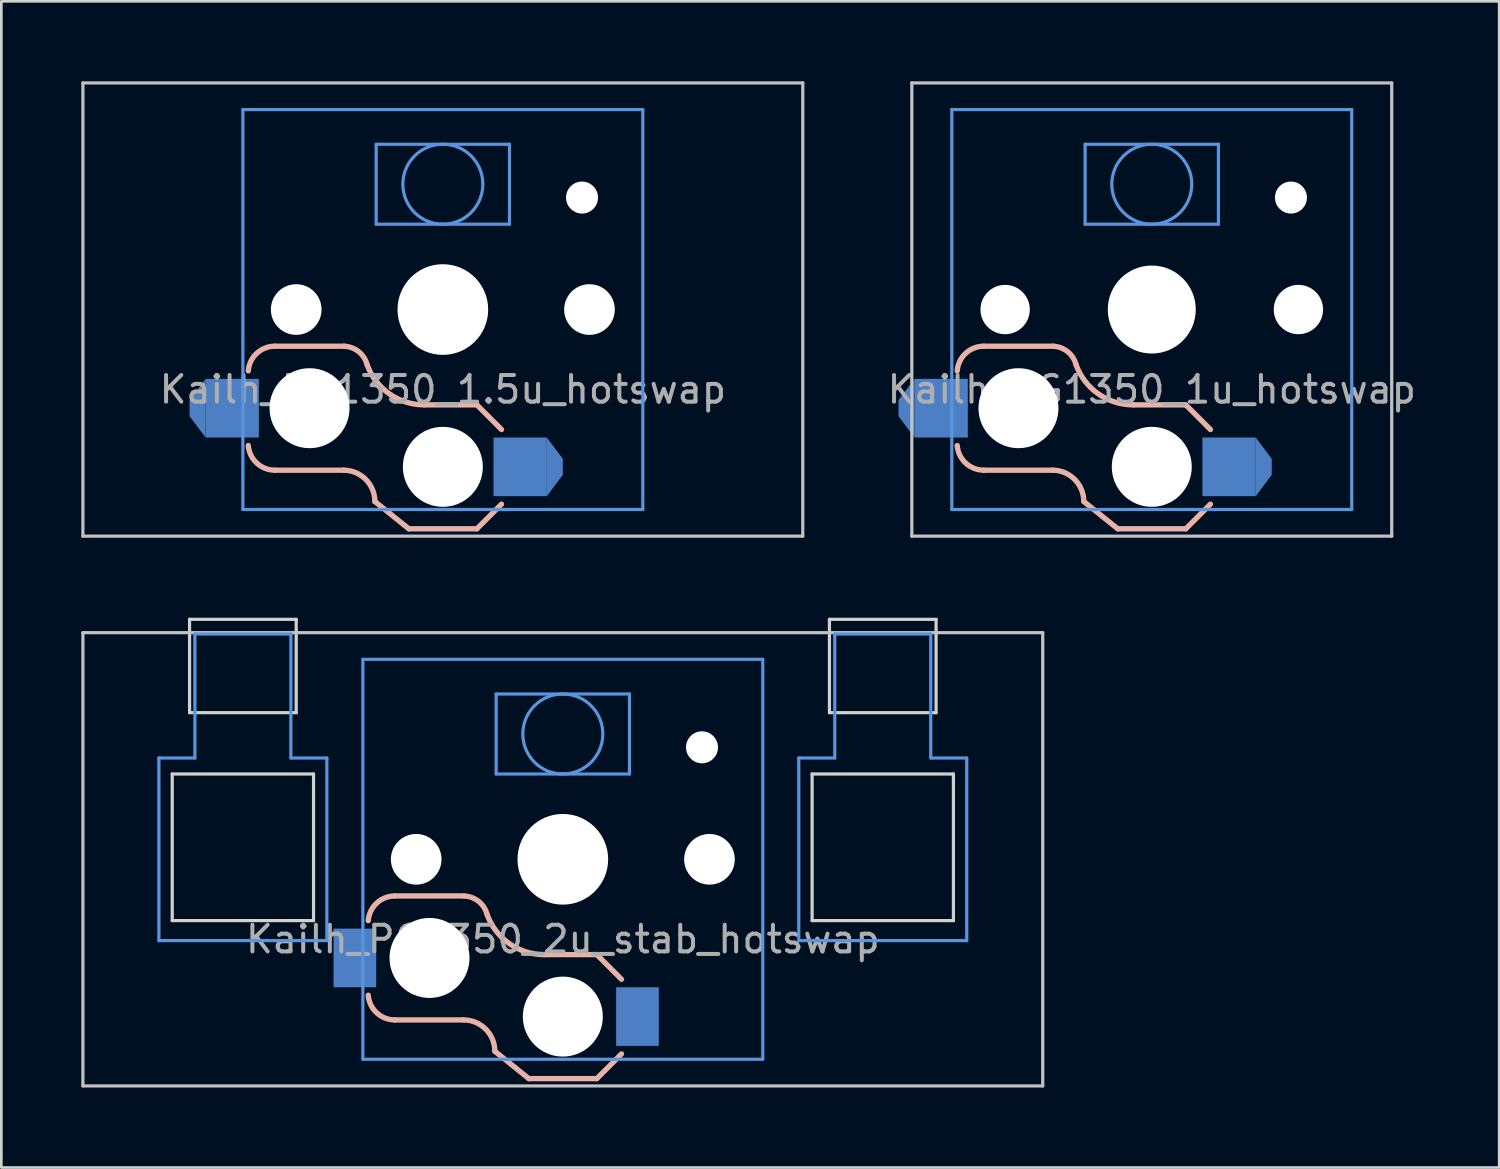
<source format=kicad_pcb>
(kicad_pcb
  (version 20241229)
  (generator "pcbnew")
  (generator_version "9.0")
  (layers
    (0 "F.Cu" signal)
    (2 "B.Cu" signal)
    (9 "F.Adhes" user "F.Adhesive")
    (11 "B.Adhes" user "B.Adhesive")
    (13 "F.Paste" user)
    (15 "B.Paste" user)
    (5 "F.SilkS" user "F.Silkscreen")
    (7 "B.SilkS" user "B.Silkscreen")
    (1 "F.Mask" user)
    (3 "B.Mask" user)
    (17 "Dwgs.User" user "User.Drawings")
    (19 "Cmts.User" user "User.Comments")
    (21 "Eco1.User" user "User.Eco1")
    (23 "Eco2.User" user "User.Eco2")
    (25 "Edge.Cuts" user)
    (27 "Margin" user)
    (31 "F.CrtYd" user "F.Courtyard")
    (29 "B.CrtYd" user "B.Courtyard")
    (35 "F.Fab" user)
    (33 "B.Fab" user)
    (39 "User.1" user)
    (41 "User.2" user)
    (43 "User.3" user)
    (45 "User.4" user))
  (footprint "Kailh_PG1350_1u_hotswap"
    (layer "F.Cu")
    (at 40.15 8.56)
    (property "Reference" "Kailh_PG1350_1u_hotswap" (at 0 3 0) (layer "F.Fab") (effects (font (size 1 1) (thickness 0.15))))
    (attr through_hole)
    (fp_line (start -6.3 1.375) (end -3.7 1.375) (stroke (width 0.2) (type solid)) (layer "B.SilkS"))
    (fp_line (start -6.3 6.025) (end -3.725 6.025) (stroke (width 0.2) (type solid)) (layer "B.SilkS"))
    (fp_line (start -1.275 8.225) (end -2.55 7.2) (stroke (width 0.2) (type solid)) (layer "B.SilkS"))
    (fp_line (start -1.275 8.225) (end 1.275 8.225) (stroke (width 0.2) (type solid)) (layer "B.SilkS"))
    (fp_line (start -0.7 3.575) (end 1.275 3.575) (stroke (width 0.2) (type solid)) (layer "B.SilkS"))
    (fp_line (start 2.2 4.5) (end 1.275 3.575) (stroke (width 0.2) (type solid)) (layer "B.SilkS"))
    (fp_line (start 2.2 7.3) (end 1.275 8.225) (stroke (width 0.2) (type solid)) (layer "B.SilkS"))
    (fp_arc (start -7.297199 2.30021) (mid -6.980151 1.641928) (end -6.3 1.375) (stroke (width 0.2) (type solid)) (layer "B.SilkS"))
    (fp_arc (start -6.3 6.025) (mid -6.980151 5.758072) (end -7.297199 5.09979) (stroke (width 0.2) (type solid)) (layer "B.SilkS"))
    (fp_arc (start -3.725 6.025) (mid -2.89415 6.36915) (end -2.55 7.2) (stroke (width 0.2) (type solid)) (layer "B.SilkS"))
    (fp_arc (start -3.699539 1.376187) (mid -3.151923 1.583811) (end -2.837801 2.078096) (stroke (width 0.2) (type solid)) (layer "B.SilkS"))
    (fp_arc (start -0.7 3.575) (mid -2.004886 3.163571) (end -2.837801 2.078096) (stroke (width 0.2) (type solid)) (layer "B.SilkS"))
    (fp_line (start -9 -8.5) (end -9 8.5) (stroke (width 0.12) (type solid)) (layer "Dwgs.User"))
    (fp_line (start -9 -8.5) (end 9 -8.5) (stroke (width 0.12) (type solid)) (layer "Dwgs.User"))
    (fp_line (start -9 8.5) (end 9 8.5) (stroke (width 0.12) (type solid)) (layer "Dwgs.User"))
    (fp_line (start 9 -8.5) (end 9 8.5) (stroke (width 0.12) (type solid)) (layer "Dwgs.User"))
    (fp_line (start -7.5 -7.5) (end -7.5 7.5) (stroke (width 0.12) (type solid)) (layer "Cmts.User"))
    (fp_line (start -7.5 -7.5) (end 7.5 -7.5) (stroke (width 0.12) (type solid)) (layer "Cmts.User"))
    (fp_line (start -2.5 -6.2) (end 2.5 -6.2) (stroke (width 0.12) (type solid)) (layer "Cmts.User"))
    (fp_line (start -2.5 -3.2) (end -2.5 -6.2) (stroke (width 0.12) (type solid)) (layer "Cmts.User"))
    (fp_line (start -2.5 -3.2) (end 2.5 -3.2) (stroke (width 0.12) (type solid)) (layer "Cmts.User"))
    (fp_line (start 2.5 -3.2) (end 2.5 -6.2) (stroke (width 0.12) (type solid)) (layer "Cmts.User"))
    (fp_line (start 7.5 7.5) (end -7.5 7.5) (stroke (width 0.12) (type solid)) (layer "Cmts.User"))
    (fp_line (start 7.5 7.5) (end 7.5 -7.5) (stroke (width 0.12) (type solid)) (layer "Cmts.User"))
    (fp_circle (center 0 -4.7) (end 0 -6.2) (stroke (width 0.12) (type solid)) (fill no) (layer "Cmts.User"))
    (pad "" np_thru_hole circle (at -5.5 0) (size 1.85 1.85) (drill 1.85) (layers "*.Cu" "*.Mask"))
    (pad "" np_thru_hole circle (at -5 3.7) (size 3 3) (drill 3) (layers "*.Cu" "*.Mask"))
    (pad "" np_thru_hole circle (at 0 0) (size 3.3 3.3) (drill 3.3) (layers "*.Cu" "*.Mask"))
    (pad "" np_thru_hole circle (at 0 5.9) (size 3 3) (drill 3) (layers "*.Cu" "*.Mask"))
    (pad "" np_thru_hole circle (at 5.22 -4.2) (size 1.2 1.2) (drill 1.2) (layers "*.Cu" "*.Mask"))
    (pad "" np_thru_hole circle (at 5.5 0) (size 1.85 1.85) (drill 1.85) (layers "*.Cu" "*.Mask"))
    (pad "1" smd trapezoid (at -9.2 3.7 180) (size 0.6 1.4) (rect_delta 0.8 0) (layers "B.Cu" "B.Mask" "B.Paste"))
    (pad "1" smd rect (at -7.9 3.7 180) (size 2 2.2) (layers "B.Cu" "B.Mask" "B.Paste"))
    (pad "2" smd rect (at 2.9 5.9 180) (size 2 2.2) (layers "B.Cu" "B.Mask" "B.Paste"))
    (pad "2" smd trapezoid (at 4.2 5.9) (size 0.6 1.4) (rect_delta 0.8 0) (layers "B.Cu" "B.Mask" "B.Paste")))
  (footprint "Kailh_PG1350_1.5u_hotswap"
    (layer "F.Cu")
    (at 13.56 8.56)
    (property "Reference" "Kailh_PG1350_1.5u_hotswap" (at 0 3 0) (layer "F.Fab") (effects (font (size 1 1) (thickness 0.15))))
    (attr through_hole)
    (fp_line (start -6.3 1.375) (end -3.7 1.375) (stroke (width 0.2) (type solid)) (layer "B.SilkS"))
    (fp_line (start -6.3 6.025) (end -3.725 6.025) (stroke (width 0.2) (type solid)) (layer "B.SilkS"))
    (fp_line (start -1.275 8.225) (end -2.55 7.2) (stroke (width 0.2) (type solid)) (layer "B.SilkS"))
    (fp_line (start -1.275 8.225) (end 1.275 8.225) (stroke (width 0.2) (type solid)) (layer "B.SilkS"))
    (fp_line (start -0.7 3.575) (end 1.275 3.575) (stroke (width 0.2) (type solid)) (layer "B.SilkS"))
    (fp_line (start 2.2 4.5) (end 1.275 3.575) (stroke (width 0.2) (type solid)) (layer "B.SilkS"))
    (fp_line (start 2.2 7.3) (end 1.275 8.225) (stroke (width 0.2) (type solid)) (layer "B.SilkS"))
    (fp_arc (start -7.297199 2.30021) (mid -6.980151 1.641928) (end -6.3 1.375) (stroke (width 0.2) (type solid)) (layer "B.SilkS"))
    (fp_arc (start -6.3 6.025) (mid -6.980151 5.758072) (end -7.297199 5.09979) (stroke (width 0.2) (type solid)) (layer "B.SilkS"))
    (fp_arc (start -3.725 6.025) (mid -2.89415 6.36915) (end -2.55 7.2) (stroke (width 0.2) (type solid)) (layer "B.SilkS"))
    (fp_arc (start -3.699539 1.376187) (mid -3.151923 1.583811) (end -2.837801 2.078096) (stroke (width 0.2) (type solid)) (layer "B.SilkS"))
    (fp_arc (start -0.7 3.575) (mid -2.004886 3.163571) (end -2.837801 2.078096) (stroke (width 0.2) (type solid)) (layer "B.SilkS"))
    (fp_line (start -13.5 -8.5) (end -13.5 8.5) (stroke (width 0.12) (type solid)) (layer "Dwgs.User"))
    (fp_line (start -13.5 -8.5) (end 13.5 -8.5) (stroke (width 0.12) (type solid)) (layer "Dwgs.User"))
    (fp_line (start -13.5 8.5) (end 13.5 8.5) (stroke (width 0.12) (type solid)) (layer "Dwgs.User"))
    (fp_line (start 13.5 -8.5) (end 13.5 8.5) (stroke (width 0.12) (type solid)) (layer "Dwgs.User"))
    (fp_line (start -7.5 -7.5) (end -7.5 7.5) (stroke (width 0.12) (type solid)) (layer "Cmts.User"))
    (fp_line (start -7.5 -7.5) (end 7.5 -7.5) (stroke (width 0.12) (type solid)) (layer "Cmts.User"))
    (fp_line (start -2.5 -6.2) (end 2.5 -6.2) (stroke (width 0.12) (type solid)) (layer "Cmts.User"))
    (fp_line (start -2.5 -3.2) (end -2.5 -6.2) (stroke (width 0.12) (type solid)) (layer "Cmts.User"))
    (fp_line (start -2.5 -3.2) (end 2.5 -3.2) (stroke (width 0.12) (type solid)) (layer "Cmts.User"))
    (fp_line (start 2.5 -3.2) (end 2.5 -6.2) (stroke (width 0.12) (type solid)) (layer "Cmts.User"))
    (fp_line (start 7.5 7.5) (end -7.5 7.5) (stroke (width 0.12) (type solid)) (layer "Cmts.User"))
    (fp_line (start 7.5 7.5) (end 7.5 -7.5) (stroke (width 0.12) (type solid)) (layer "Cmts.User"))
    (fp_circle (center 0 -4.7) (end 0 -6.2) (stroke (width 0.12) (type solid)) (fill no) (layer "Cmts.User"))
    (pad "" np_thru_hole circle (at -5.5 0) (size 1.9 1.9) (drill 1.9) (layers "*.Cu" "*.Mask"))
    (pad "" np_thru_hole circle (at -5 3.7) (size 3 3) (drill 3) (layers "*.Cu" "*.Mask"))
    (pad "" np_thru_hole circle (at 0 0) (size 3.4 3.4) (drill 3.4) (layers "*.Cu" "*.Mask"))
    (pad "" np_thru_hole circle (at 0 5.9) (size 3 3) (drill 3) (layers "*.Cu" "*.Mask"))
    (pad "" np_thru_hole circle (at 5.22 -4.2) (size 1.2 1.2) (drill 1.2) (layers "*.Cu" "*.Mask"))
    (pad "" np_thru_hole circle (at 5.5 0) (size 1.9 1.9) (drill 1.9) (layers "*.Cu" "*.Mask"))
    (pad "1" smd trapezoid (at -9.2 3.7 180) (size 0.6 1.4) (rect_delta 0.8 0) (layers "B.Cu" "B.Mask" "B.Paste"))
    (pad "1" smd rect (at -7.9 3.7 180) (size 2 2.2) (layers "B.Cu" "B.Mask" "B.Paste"))
    (pad "2" smd rect (at 2.9 5.9 180) (size 2 2.2) (layers "B.Cu" "B.Mask" "B.Paste"))
    (pad "2" smd trapezoid (at 4.2 5.9) (size 0.6 1.4) (rect_delta 0.8 0) (layers "B.Cu" "B.Mask" "B.Paste")))
  (footprint "Kailh_PG1350_2u_stab_hotswap"
    (layer "F.Cu")
    (at 18.06 29.18)
    (property "Reference" "Kailh_PG1350_2u_stab_hotswap" (at 0 3 0) (layer "F.Fab") (effects (font (size 1 1) (thickness 0.15))))
    (attr through_hole)
    (fp_line (start -6.3 1.375) (end -3.7 1.375) (stroke (width 0.2) (type solid)) (layer "B.SilkS"))
    (fp_line (start -6.3 6.025) (end -3.725 6.025) (stroke (width 0.2) (type solid)) (layer "B.SilkS"))
    (fp_line (start -1.275 8.225) (end -2.55 7.2) (stroke (width 0.2) (type solid)) (layer "B.SilkS"))
    (fp_line (start -1.275 8.225) (end 1.275 8.225) (stroke (width 0.2) (type solid)) (layer "B.SilkS"))
    (fp_line (start -0.7 3.575) (end 1.275 3.575) (stroke (width 0.2) (type solid)) (layer "B.SilkS"))
    (fp_line (start 2.2 4.5) (end 1.275 3.575) (stroke (width 0.2) (type solid)) (layer "B.SilkS"))
    (fp_line (start 2.2 7.3) (end 1.275 8.225) (stroke (width 0.2) (type solid)) (layer "B.SilkS"))
    (fp_arc (start -7.297199 2.30021) (mid -6.980151 1.641928) (end -6.3 1.375) (stroke (width 0.2) (type solid)) (layer "B.SilkS"))
    (fp_arc (start -6.3 6.025) (mid -6.980151 5.758072) (end -7.297199 5.09979) (stroke (width 0.2) (type solid)) (layer "B.SilkS"))
    (fp_arc (start -3.725 6.025) (mid -2.89415 6.36915) (end -2.55 7.2) (stroke (width 0.2) (type solid)) (layer "B.SilkS"))
    (fp_arc (start -3.699539 1.376187) (mid -3.151923 1.583811) (end -2.837801 2.078096) (stroke (width 0.2) (type solid)) (layer "B.SilkS"))
    (fp_arc (start -0.7 3.575) (mid -2.004886 3.163571) (end -2.837801 2.078096) (stroke (width 0.2) (type solid)) (layer "B.SilkS"))
    (fp_line (start -18 -8.5) (end -18 8.5) (stroke (width 0.12) (type solid)) (layer "Dwgs.User"))
    (fp_line (start -18 -8.5) (end 18 -8.5) (stroke (width 0.12) (type solid)) (layer "Dwgs.User"))
    (fp_line (start -18 8.5) (end 18 8.5) (stroke (width 0.12) (type solid)) (layer "Dwgs.User"))
    (fp_line (start 18 -8.5) (end 18 8.5) (stroke (width 0.12) (type solid)) (layer "Dwgs.User"))
    (fp_line (start -15.15 -3.8) (end -13.8 -3.8) (stroke (width 0.12) (type solid)) (layer "Cmts.User"))
    (fp_line (start -15.15 3.05) (end -15.15 -3.8) (stroke (width 0.12) (type solid)) (layer "Cmts.User"))
    (fp_line (start -15.15 3.05) (end -8.85 3.05) (stroke (width 0.12) (type solid)) (layer "Cmts.User"))
    (fp_line (start -13.8 -8.45) (end -13.8 -3.8) (stroke (width 0.12) (type solid)) (layer "Cmts.User"))
    (fp_line (start -13.8 -8.45) (end -10.2 -8.45) (stroke (width 0.12) (type solid)) (layer "Cmts.User"))
    (fp_line (start -10.2 -8.45) (end -10.2 -3.8) (stroke (width 0.12) (type solid)) (layer "Cmts.User"))
    (fp_line (start -10.2 -3.8) (end -8.85 -3.8) (stroke (width 0.12) (type solid)) (layer "Cmts.User"))
    (fp_line (start -8.85 3.05) (end -8.85 -3.8) (stroke (width 0.12) (type solid)) (layer "Cmts.User"))
    (fp_line (start -7.5 -7.5) (end -7.5 7.5) (stroke (width 0.12) (type solid)) (layer "Cmts.User"))
    (fp_line (start -7.5 -7.5) (end 7.5 -7.5) (stroke (width 0.12) (type solid)) (layer "Cmts.User"))
    (fp_line (start -2.5 -6.2) (end 2.5 -6.2) (stroke (width 0.12) (type solid)) (layer "Cmts.User"))
    (fp_line (start -2.5 -3.2) (end -2.5 -6.2) (stroke (width 0.12) (type solid)) (layer "Cmts.User"))
    (fp_line (start -2.5 -3.2) (end 2.5 -3.2) (stroke (width 0.12) (type solid)) (layer "Cmts.User"))
    (fp_line (start 2.5 -3.2) (end 2.5 -6.2) (stroke (width 0.12) (type solid)) (layer "Cmts.User"))
    (fp_line (start 7.5 7.5) (end -7.5 7.5) (stroke (width 0.12) (type solid)) (layer "Cmts.User"))
    (fp_line (start 7.5 7.5) (end 7.5 -7.5) (stroke (width 0.12) (type solid)) (layer "Cmts.User"))
    (fp_line (start 8.85 -3.8) (end 10.2 -3.8) (stroke (width 0.12) (type solid)) (layer "Cmts.User"))
    (fp_line (start 8.85 3.05) (end 8.85 -3.8) (stroke (width 0.12) (type solid)) (layer "Cmts.User"))
    (fp_line (start 8.85 3.05) (end 15.15 3.05) (stroke (width 0.12) (type solid)) (layer "Cmts.User"))
    (fp_line (start 10.2 -8.45) (end 10.2 -3.8) (stroke (width 0.12) (type solid)) (layer "Cmts.User"))
    (fp_line (start 10.2 -8.45) (end 13.8 -8.45) (stroke (width 0.12) (type solid)) (layer "Cmts.User"))
    (fp_line (start 13.8 -8.45) (end 13.8 -3.8) (stroke (width 0.12) (type solid)) (layer "Cmts.User"))
    (fp_line (start 13.8 -3.8) (end 15.15 -3.8) (stroke (width 0.12) (type solid)) (layer "Cmts.User"))
    (fp_line (start 15.15 3.05) (end 15.15 -3.8) (stroke (width 0.12) (type solid)) (layer "Cmts.User"))
    (fp_circle (center 0 -4.7) (end 0 -6.2) (stroke (width 0.12) (type solid)) (fill no) (layer "Cmts.User"))
    (fp_line (start -14.65 -3.2) (end -14.65 2.3) (stroke (width 0.12) (type solid)) (layer "Edge.Cuts"))
    (fp_line (start -14.65 -3.2) (end -9.35 -3.2) (stroke (width 0.12) (type solid)) (layer "Edge.Cuts"))
    (fp_line (start -14.65 2.3) (end -9.35 2.3) (stroke (width 0.12) (type solid)) (layer "Edge.Cuts"))
    (fp_line (start -14 -9) (end -14 -5.5) (stroke (width 0.12) (type solid)) (layer "Edge.Cuts"))
    (fp_line (start -14 -9) (end -10 -9) (stroke (width 0.12) (type solid)) (layer "Edge.Cuts"))
    (fp_line (start -14 -5.5) (end -10 -5.5) (stroke (width 0.12) (type solid)) (layer "Edge.Cuts"))
    (fp_line (start -10 -5.5) (end -10 -9) (stroke (width 0.12) (type solid)) (layer "Edge.Cuts"))
    (fp_line (start -9.35 2.3) (end -9.35 -3.2) (stroke (width 0.12) (type solid)) (layer "Edge.Cuts"))
    (fp_line (start 9.35 -3.2) (end 9.35 2.3) (stroke (width 0.12) (type solid)) (layer "Edge.Cuts"))
    (fp_line (start 9.35 -3.2) (end 14.65 -3.2) (stroke (width 0.12) (type solid)) (layer "Edge.Cuts"))
    (fp_line (start 9.35 2.3) (end 14.65 2.3) (stroke (width 0.12) (type solid)) (layer "Edge.Cuts"))
    (fp_line (start 10 -9) (end 10 -5.5) (stroke (width 0.12) (type solid)) (layer "Edge.Cuts"))
    (fp_line (start 10 -9) (end 14 -9) (stroke (width 0.12) (type solid)) (layer "Edge.Cuts"))
    (fp_line (start 10 -5.5) (end 14 -5.5) (stroke (width 0.12) (type solid)) (layer "Edge.Cuts"))
    (fp_line (start 14 -5.5) (end 14 -9) (stroke (width 0.12) (type solid)) (layer "Edge.Cuts"))
    (fp_line (start 14.65 2.3) (end 14.65 -3.2) (stroke (width 0.12) (type solid)) (layer "Edge.Cuts"))
    (pad "" np_thru_hole circle (at -5.5 0) (size 1.9 1.9) (drill 1.9) (layers "*.Cu" "*.Mask"))
    (pad "" np_thru_hole circle (at -5 3.7) (size 3 3) (drill 3) (layers "*.Cu" "*.Mask"))
    (pad "" np_thru_hole circle (at 0 0) (size 3.4 3.4) (drill 3.4) (layers "*.Cu" "*.Mask"))
    (pad "" np_thru_hole circle (at 0 5.9) (size 3 3) (drill 3) (layers "*.Cu" "*.Mask"))
    (pad "" np_thru_hole circle (at 5.22 -4.2) (size 1.2 1.2) (drill 1.2) (layers "*.Cu" "*.Mask"))
    (pad "" np_thru_hole circle (at 5.5 0) (size 1.9 1.9) (drill 1.9) (layers "*.Cu" "*.Mask"))
    (pad "1" smd rect (at -7.8 3.7 180) (size 1.6 2.2) (layers "B.Cu" "B.Mask" "B.Paste"))
    (pad "2" smd rect (at 2.8 5.9 180) (size 1.6 2.2) (layers "B.Cu" "B.Mask" "B.Paste")))
  (gr_rect
    (start -3 -3)
    (end 53.18 40.74)
    (stroke (width 0.1) (type default))
    (fill no)
    (layer "Edge.Cuts")))
</source>
